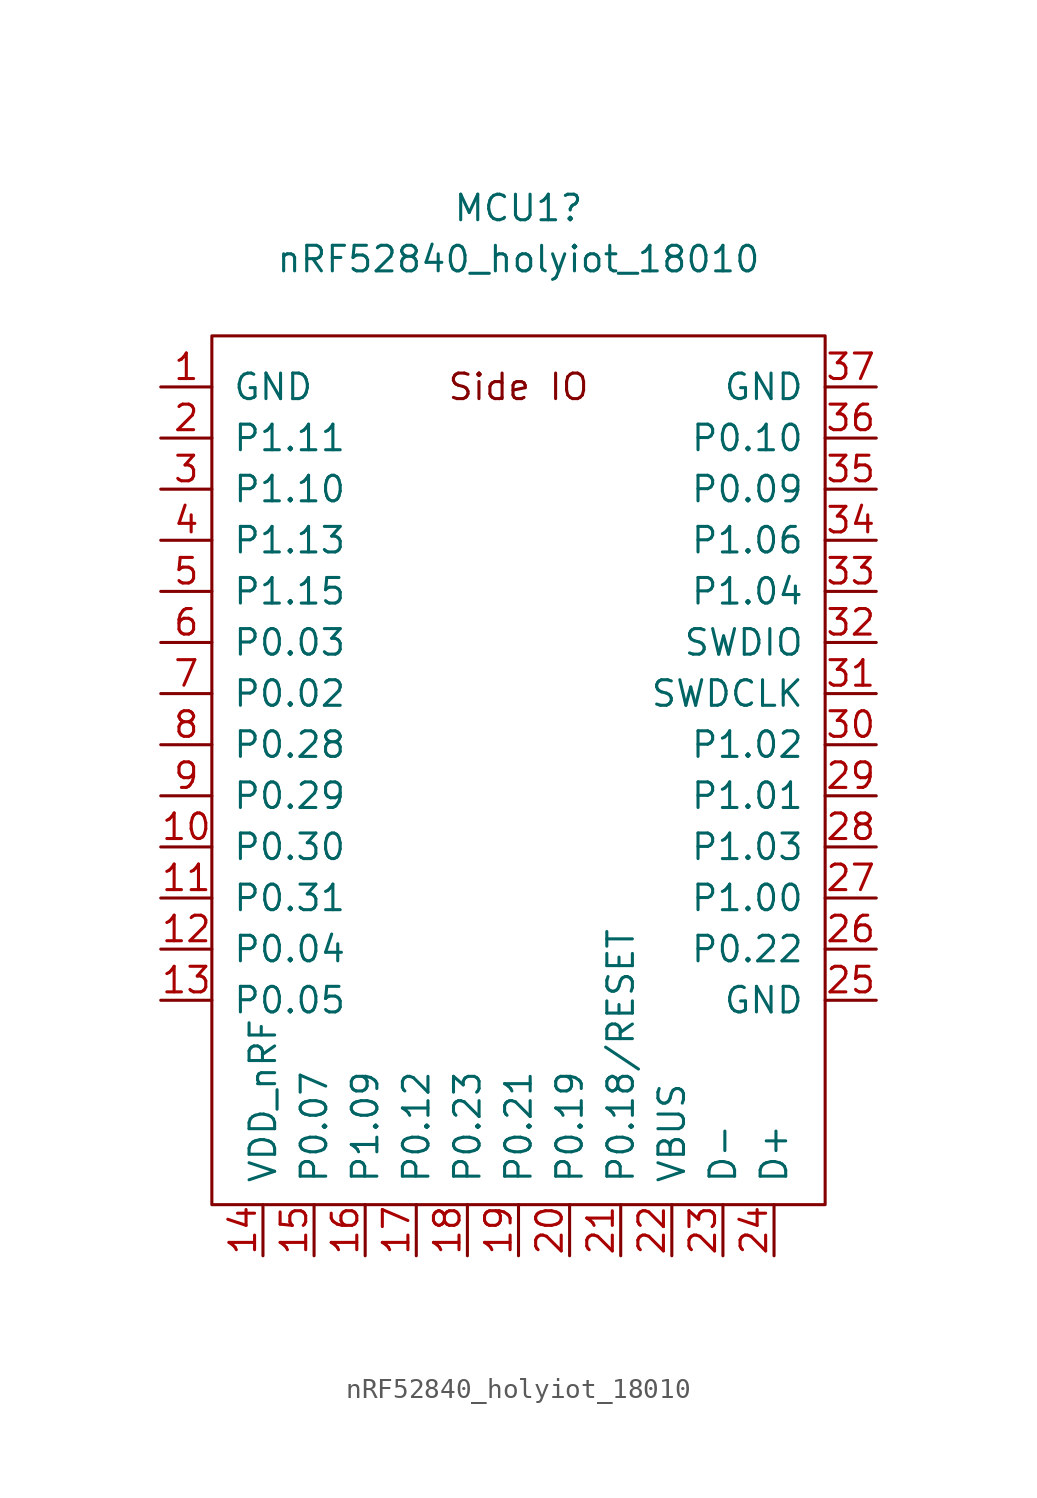
<source format=kicad_sym>
(kicad_symbol_lib
  (version 20220126)
  (generator kicad_symbol_editor)
  (symbol "nRF52840_holyiot_18010"
    (pin_names
      (offset 1.016))
    (property "Reference" "MCU1"
      (at 0 15.24 0)
      (effects (font (size 1.27 1.27))))
    (property "Value" "nRF52840_holyiot_18010"
      (at 0 12.7 0)
      (effects (font (size 1.27 1.27))))
    (symbol "nRF52840_holyiot_18010_0_0"
      (rectangle (start -15.24 8.89) (end 15.24 -34.29) (stroke (width 0) (type default)) (fill (type none)))
      (text "Side IO" (at 0 6.35 0) (effects (font (size 1.27 1.27)))))
    (symbol "nRF52840_holyiot_18010_1_1"
      (pin power_in line (at -17.78 6.35 0) (length 2.54) (name "GND" (effects (font (size 1.27 1.27)))) (number "1" (effects (font (size 1.27 1.27)))))
      (pin bidirectional line (at -17.78 -16.51 0) (length 2.54) (name "P0.30" (effects (font (size 1.27 1.27)))) (number "10" (effects (font (size 1.27 1.27)))))
      (pin bidirectional line (at -17.78 -19.05 0) (length 2.54) (name "P0.31" (effects (font (size 1.27 1.27)))) (number "11" (effects (font (size 1.27 1.27)))))
      (pin bidirectional line (at -17.78 -21.59 0) (length 2.54) (name "P0.04" (effects (font (size 1.27 1.27)))) (number "12" (effects (font (size 1.27 1.27)))))
      (pin bidirectional line (at -17.78 -24.13 0) (length 2.54) (name "P0.05" (effects (font (size 1.27 1.27)))) (number "13" (effects (font (size 1.27 1.27)))))
      (pin power_in line (at -12.7 -36.83 90) (length 2.54) (name "VDD_nRF" (effects (font (size 1.27 1.27)))) (number "14" (effects (font (size 1.27 1.27)))))
      (pin bidirectional line (at -10.16 -36.83 90) (length 2.54) (name "P0.07" (effects (font (size 1.27 1.27)))) (number "15" (effects (font (size 1.27 1.27)))))
      (pin bidirectional line (at -7.62 -36.83 90) (length 2.54) (name "P1.09" (effects (font (size 1.27 1.27)))) (number "16" (effects (font (size 1.27 1.27)))))
      (pin bidirectional line (at -5.08 -36.83 90) (length 2.54) (name "P0.12" (effects (font (size 1.27 1.27)))) (number "17" (effects (font (size 1.27 1.27)))))
      (pin bidirectional line (at -2.54 -36.83 90) (length 2.54) (name "P0.23" (effects (font (size 1.27 1.27)))) (number "18" (effects (font (size 1.27 1.27)))))
      (pin bidirectional line (at 0 -36.83 90) (length 2.54) (name "P0.21" (effects (font (size 1.27 1.27)))) (number "19" (effects (font (size 1.27 1.27)))))
      (pin bidirectional line (at -17.78 3.81 0) (length 2.54) (name "P1.11" (effects (font (size 1.27 1.27)))) (number "2" (effects (font (size 1.27 1.27)))))
      (pin bidirectional line (at 2.54 -36.83 90) (length 2.54) (name "P0.19" (effects (font (size 1.27 1.27)))) (number "20" (effects (font (size 1.27 1.27)))))
      (pin input line (at 5.08 -36.83 90) (length 2.54) (name "P0.18/RESET" (effects (font (size 1.27 1.27)))) (number "21" (effects (font (size 1.27 1.27)))))
      (pin power_in line (at 7.62 -36.83 90) (length 2.54) (name "VBUS" (effects (font (size 1.27 1.27)))) (number "22" (effects (font (size 1.27 1.27)))))
      (pin bidirectional line (at 10.16 -36.83 90) (length 2.54) (name "D-" (effects (font (size 1.27 1.27)))) (number "23" (effects (font (size 1.27 1.27)))))
      (pin bidirectional line (at 12.7 -36.83 90) (length 2.54) (name "D+" (effects (font (size 1.27 1.27)))) (number "24" (effects (font (size 1.27 1.27)))))
      (pin power_in line (at 17.78 -24.13 180) (length 2.54) (name "GND" (effects (font (size 1.27 1.27)))) (number "25" (effects (font (size 1.27 1.27)))))
      (pin bidirectional line (at 17.78 -21.59 180) (length 2.54) (name "P0.22" (effects (font (size 1.27 1.27)))) (number "26" (effects (font (size 1.27 1.27)))))
      (pin bidirectional line (at 17.78 -19.05 180) (length 2.54) (name "P1.00" (effects (font (size 1.27 1.27)))) (number "27" (effects (font (size 1.27 1.27)))))
      (pin bidirectional line (at 17.78 -16.51 180) (length 2.54) (name "P1.03" (effects (font (size 1.27 1.27)))) (number "28" (effects (font (size 1.27 1.27)))))
      (pin bidirectional line (at 17.78 -13.97 180) (length 2.54) (name "P1.01" (effects (font (size 1.27 1.27)))) (number "29" (effects (font (size 1.27 1.27)))))
      (pin bidirectional line (at -17.78 1.27 0) (length 2.54) (name "P1.10" (effects (font (size 1.27 1.27)))) (number "3" (effects (font (size 1.27 1.27)))))
      (pin bidirectional line (at 17.78 -11.43 180) (length 2.54) (name "P1.02" (effects (font (size 1.27 1.27)))) (number "30" (effects (font (size 1.27 1.27)))))
      (pin bidirectional line (at 17.78 -8.89 180) (length 2.54) (name "SWDCLK" (effects (font (size 1.27 1.27)))) (number "31" (effects (font (size 1.27 1.27)))))
      (pin bidirectional line (at 17.78 -6.35 180) (length 2.54) (name "SWDIO" (effects (font (size 1.27 1.27)))) (number "32" (effects (font (size 1.27 1.27)))))
      (pin bidirectional line (at 17.78 -3.81 180) (length 2.54) (name "P1.04" (effects (font (size 1.27 1.27)))) (number "33" (effects (font (size 1.27 1.27)))))
      (pin bidirectional line (at 17.78 -1.27 180) (length 2.54) (name "P1.06" (effects (font (size 1.27 1.27)))) (number "34" (effects (font (size 1.27 1.27)))))
      (pin bidirectional line (at 17.78 1.27 180) (length 2.54) (name "P0.09" (effects (font (size 1.27 1.27)))) (number "35" (effects (font (size 1.27 1.27)))))
      (pin bidirectional line (at 17.78 3.81 180) (length 2.54) (name "P0.10" (effects (font (size 1.27 1.27)))) (number "36" (effects (font (size 1.27 1.27)))))
      (pin power_in line (at 17.78 6.35 180) (length 2.54) (name "GND" (effects (font (size 1.27 1.27)))) (number "37" (effects (font (size 1.27 1.27)))))
      (pin bidirectional line (at -17.78 -1.27 0) (length 2.54) (name "P1.13" (effects (font (size 1.27 1.27)))) (number "4" (effects (font (size 1.27 1.27)))))
      (pin bidirectional line (at -17.78 -3.81 0) (length 2.54) (name "P1.15" (effects (font (size 1.27 1.27)))) (number "5" (effects (font (size 1.27 1.27)))))
      (pin bidirectional line (at -17.78 -6.35 0) (length 2.54) (name "P0.03" (effects (font (size 1.27 1.27)))) (number "6" (effects (font (size 1.27 1.27)))))
      (pin bidirectional line (at -17.78 -8.89 0) (length 2.54) (name "P0.02" (effects (font (size 1.27 1.27)))) (number "7" (effects (font (size 1.27 1.27)))))
      (pin bidirectional line (at -17.78 -11.43 0) (length 2.54) (name "P0.28" (effects (font (size 1.27 1.27)))) (number "8" (effects (font (size 1.27 1.27)))))
      (pin bidirectional line (at -17.78 -13.97 0) (length 2.54) (name "P0.29" (effects (font (size 1.27 1.27)))) (number "9" (effects (font (size 1.27 1.27))))))))
</source>
